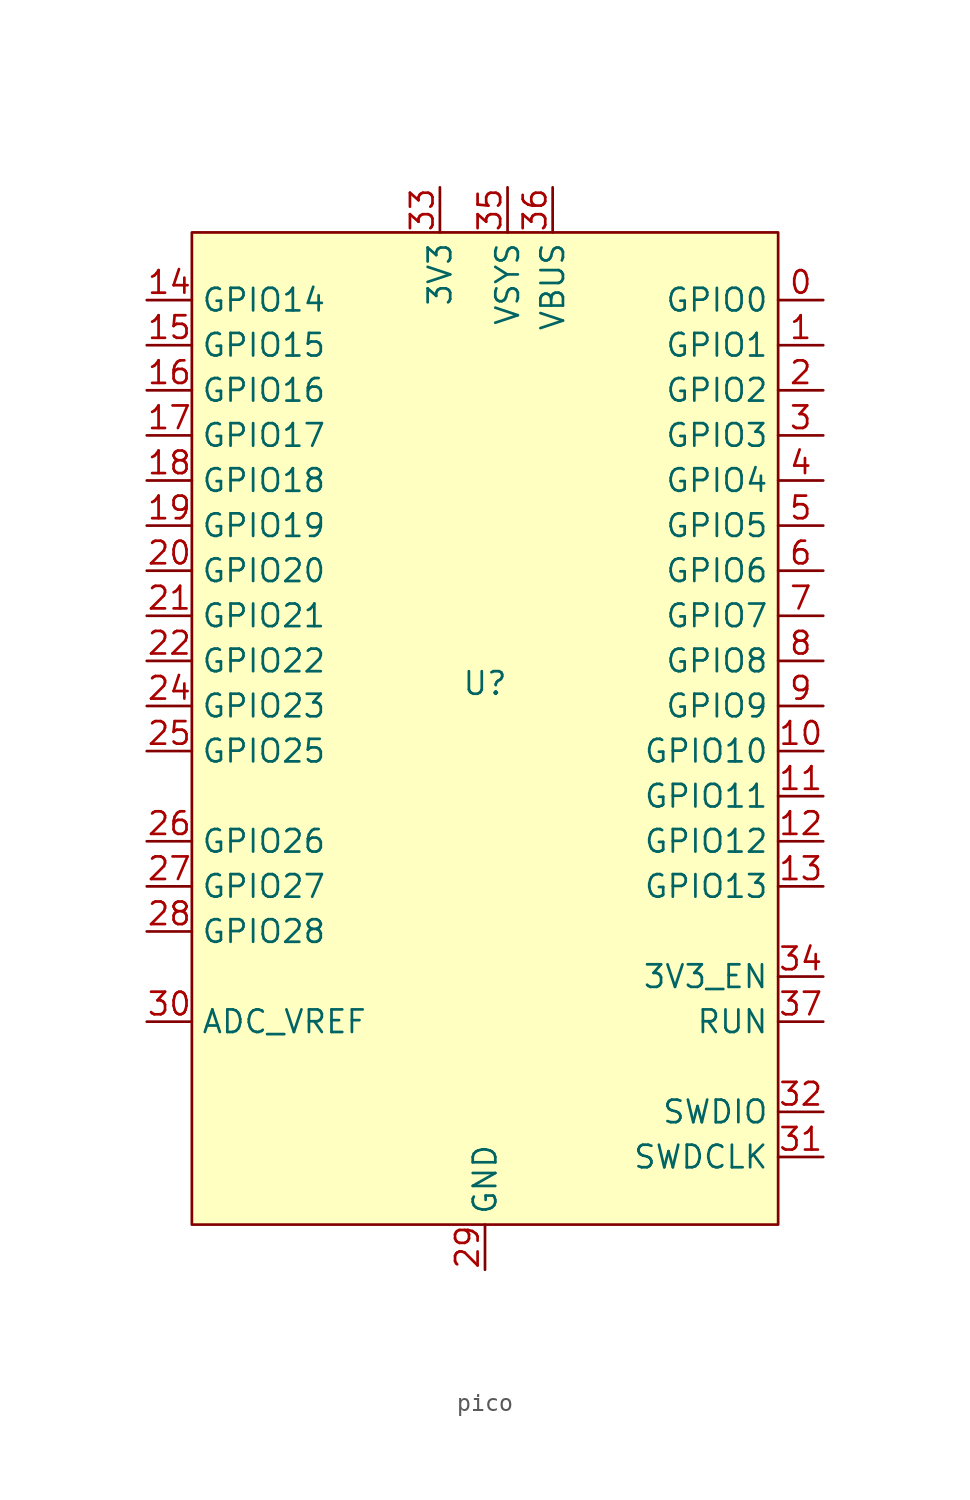
<source format=kicad_sym>
(kicad_symbol_lib
  (version 20231120)
  (generator "kicad_symbol_editor")
  (generator_version "8.0")
  (symbol "pico"
    (property "Reference" "U"
      (at 0 0 0)
      (effects (font (size 1.27 1.27))))
    (property "Value" ""
      (at 11.43 8.89 0)
      (effects (font (size 1.27 1.27))))
    (symbol "pico_1_1"
      (rectangle (start -16.51 25.4) (end 16.51 -30.48) (stroke (width 0) (type default)) (fill (type background)))
      (pin input line (at 19.05 21.59 180) (length 2.54) (name "GPIO0" (effects (font (size 1.27 1.27)))) (number "0" (effects (font (size 1.27 1.27)))))
      (pin input line (at 19.05 19.05 180) (length 2.54) (name "GPIO1" (effects (font (size 1.27 1.27)))) (number "1" (effects (font (size 1.27 1.27)))))
      (pin input line (at 19.05 -3.81 180) (length 2.54) (name "GPIO10" (effects (font (size 1.27 1.27)))) (number "10" (effects (font (size 1.27 1.27)))))
      (pin input line (at 19.05 -6.35 180) (length 2.54) (name "GPIO11" (effects (font (size 1.27 1.27)))) (number "11" (effects (font (size 1.27 1.27)))))
      (pin input line (at 19.05 -8.89 180) (length 2.54) (name "GPIO12" (effects (font (size 1.27 1.27)))) (number "12" (effects (font (size 1.27 1.27)))))
      (pin input line (at 19.05 -11.43 180) (length 2.54) (name "GPIO13" (effects (font (size 1.27 1.27)))) (number "13" (effects (font (size 1.27 1.27)))))
      (pin input line (at -19.05 21.59 0) (length 2.54) (name "GPIO14" (effects (font (size 1.27 1.27)))) (number "14" (effects (font (size 1.27 1.27)))))
      (pin input line (at -19.05 19.05 0) (length 2.54) (name "GPIO15" (effects (font (size 1.27 1.27)))) (number "15" (effects (font (size 1.27 1.27)))))
      (pin input line (at -19.05 16.51 0) (length 2.54) (name "GPIO16" (effects (font (size 1.27 1.27)))) (number "16" (effects (font (size 1.27 1.27)))))
      (pin input line (at -19.05 13.97 0) (length 2.54) (name "GPIO17" (effects (font (size 1.27 1.27)))) (number "17" (effects (font (size 1.27 1.27)))))
      (pin input line (at -19.05 11.43 0) (length 2.54) (name "GPIO18" (effects (font (size 1.27 1.27)))) (number "18" (effects (font (size 1.27 1.27)))))
      (pin input line (at -19.05 8.89 0) (length 2.54) (name "GPIO19" (effects (font (size 1.27 1.27)))) (number "19" (effects (font (size 1.27 1.27)))))
      (pin input line (at 19.05 16.51 180) (length 2.54) (name "GPIO2" (effects (font (size 1.27 1.27)))) (number "2" (effects (font (size 1.27 1.27)))))
      (pin input line (at -19.05 6.35 0) (length 2.54) (name "GPIO20" (effects (font (size 1.27 1.27)))) (number "20" (effects (font (size 1.27 1.27)))))
      (pin input line (at -19.05 3.81 0) (length 2.54) (name "GPIO21" (effects (font (size 1.27 1.27)))) (number "21" (effects (font (size 1.27 1.27)))))
      (pin input line (at -19.05 1.27 0) (length 2.54) (name "GPIO22" (effects (font (size 1.27 1.27)))) (number "22" (effects (font (size 1.27 1.27)))))
      (pin input line (at -19.05 -1.27 0) (length 2.54) (name "GPIO23" (effects (font (size 1.27 1.27)))) (number "24" (effects (font (size 1.27 1.27)))))
      (pin input line (at -19.05 -3.81 0) (length 2.54) (name "GPIO25" (effects (font (size 1.27 1.27)))) (number "25" (effects (font (size 1.27 1.27)))))
      (pin input line (at -19.05 -8.89 0) (length 2.54) (name "GPIO26" (effects (font (size 1.27 1.27)))) (number "26" (effects (font (size 1.27 1.27)))))
      (pin input line (at -19.05 -11.43 0) (length 2.54) (name "GPIO27" (effects (font (size 1.27 1.27)))) (number "27" (effects (font (size 1.27 1.27)))))
      (pin input line (at -19.05 -13.97 0) (length 2.54) (name "GPIO28" (effects (font (size 1.27 1.27)))) (number "28" (effects (font (size 1.27 1.27)))))
      (pin input line (at 0 -33.02 90) (length 2.54) (name "GND" (effects (font (size 1.27 1.27)))) (number "29" (effects (font (size 1.27 1.27)))))
      (pin input line (at 19.05 13.97 180) (length 2.54) (name "GPIO3" (effects (font (size 1.27 1.27)))) (number "3" (effects (font (size 1.27 1.27)))))
      (pin input line (at -19.05 -19.05 0) (length 2.54) (name "ADC_VREF" (effects (font (size 1.27 1.27)))) (number "30" (effects (font (size 1.27 1.27)))))
      (pin input line (at 19.05 -26.67 180) (length 2.54) (name "SWDCLK" (effects (font (size 1.27 1.27)))) (number "31" (effects (font (size 1.27 1.27)))))
      (pin input line (at 19.05 -24.13 180) (length 2.54) (name "SWDIO" (effects (font (size 1.27 1.27)))) (number "32" (effects (font (size 1.27 1.27)))))
      (pin input line (at -2.54 27.94 270) (length 2.54) (name "3V3" (effects (font (size 1.27 1.27)))) (number "33" (effects (font (size 1.27 1.27)))))
      (pin input line (at 19.05 -16.51 180) (length 2.54) (name "3V3_EN" (effects (font (size 1.27 1.27)))) (number "34" (effects (font (size 1.27 1.27)))))
      (pin input line (at 1.27 27.94 270) (length 2.54) (name "VSYS" (effects (font (size 1.27 1.27)))) (number "35" (effects (font (size 1.27 1.27)))))
      (pin input line (at 3.81 27.94 270) (length 2.54) (name "VBUS" (effects (font (size 1.27 1.27)))) (number "36" (effects (font (size 1.27 1.27)))))
      (pin input line (at 19.05 -19.05 180) (length 2.54) (name "RUN" (effects (font (size 1.27 1.27)))) (number "37" (effects (font (size 1.27 1.27)))))
      (pin input line (at 19.05 11.43 180) (length 2.54) (name "GPIO4" (effects (font (size 1.27 1.27)))) (number "4" (effects (font (size 1.27 1.27)))))
      (pin input line (at 19.05 8.89 180) (length 2.54) (name "GPIO5" (effects (font (size 1.27 1.27)))) (number "5" (effects (font (size 1.27 1.27)))))
      (pin input line (at 19.05 6.35 180) (length 2.54) (name "GPIO6" (effects (font (size 1.27 1.27)))) (number "6" (effects (font (size 1.27 1.27)))))
      (pin input line (at 19.05 3.81 180) (length 2.54) (name "GPIO7" (effects (font (size 1.27 1.27)))) (number "7" (effects (font (size 1.27 1.27)))))
      (pin input line (at 19.05 1.27 180) (length 2.54) (name "GPIO8" (effects (font (size 1.27 1.27)))) (number "8" (effects (font (size 1.27 1.27)))))
      (pin input line (at 19.05 -1.27 180) (length 2.54) (name "GPIO9" (effects (font (size 1.27 1.27)))) (number "9" (effects (font (size 1.27 1.27))))))))
</source>
